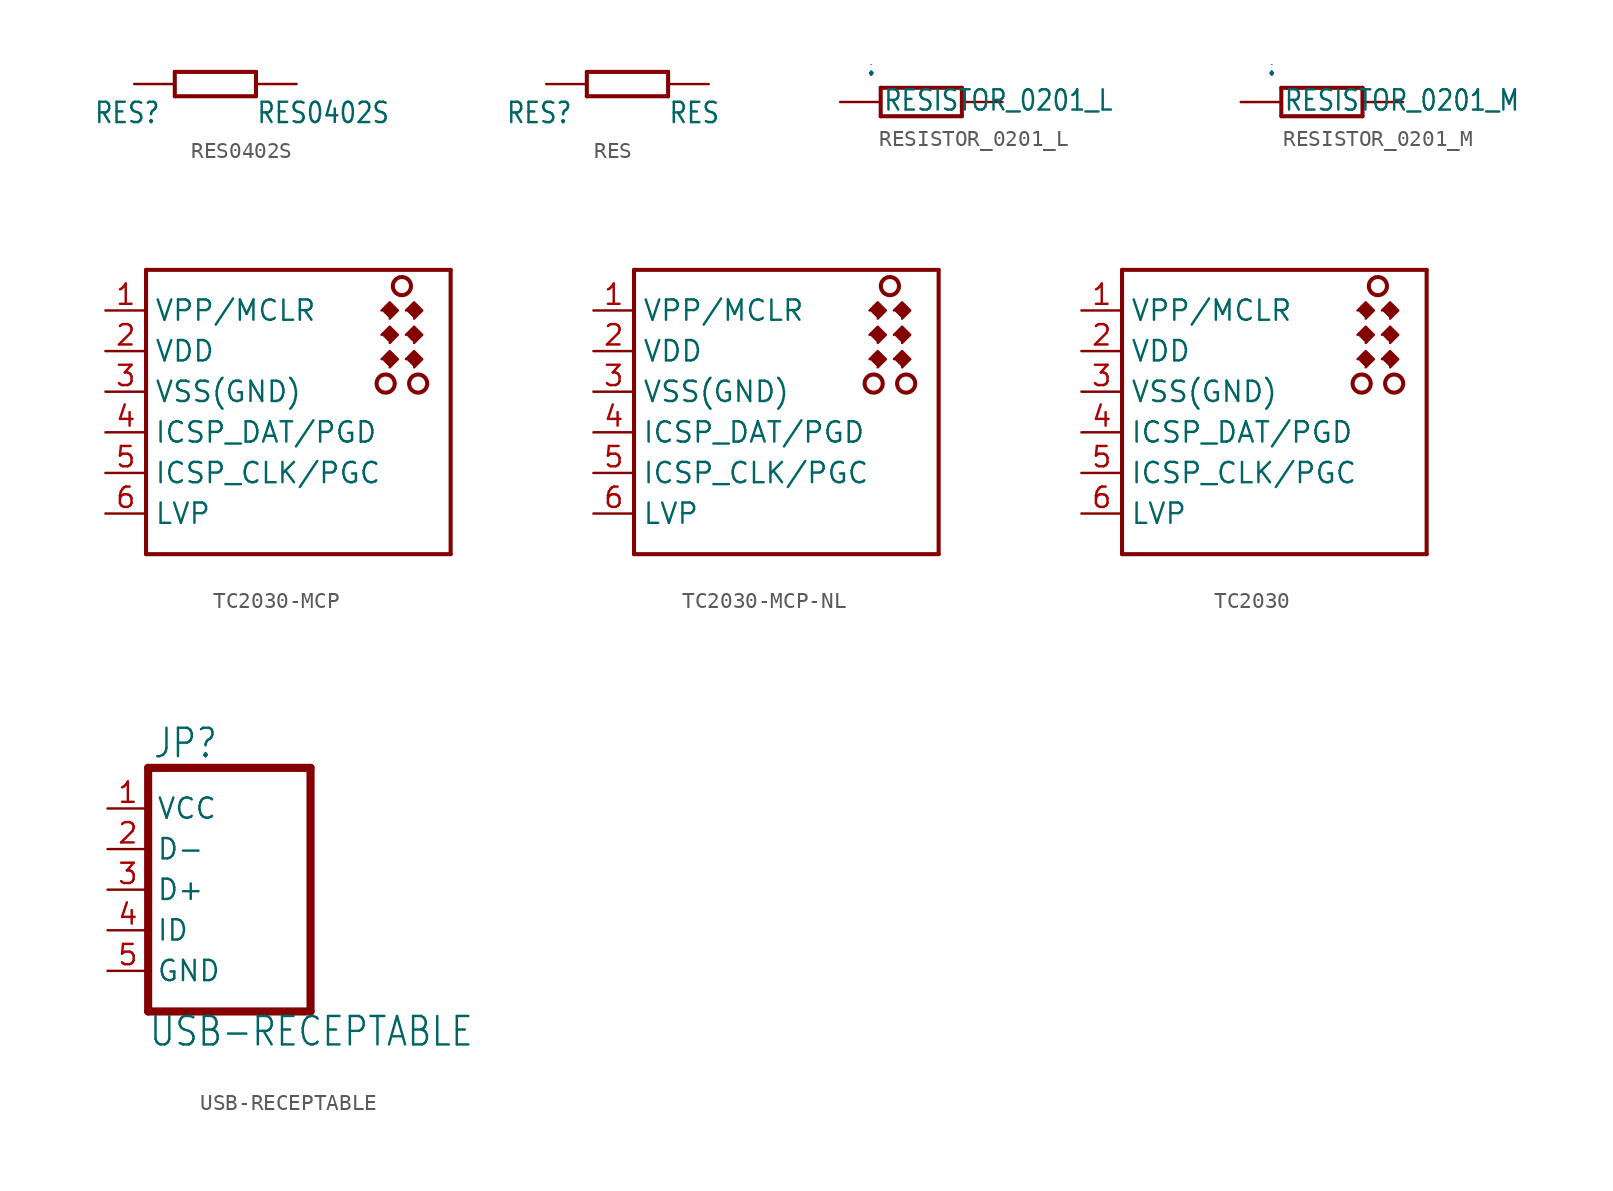
<source format=kicad_sym>
(kicad_symbol_lib
  (version 20211014)
  (generator kicad_symbol_editor)
  (symbol "RES0402S"
    (property "Reference" "RES"
      (at -7.62 -2.54 0)
      (effects (font (size 1.27 1.079)) (justify left bottom)))
    (property "Value" "RES0402S"
      (at 2.54 -2.54 0)
      (effects (font (size 1.27 1.079)) (justify left bottom)))
    (property "ki_locked" ""
      (at 0 0 0)
      (effects (font (size 1.27 1.27))))
    (symbol "RES0402S_1_0"
      (polyline (pts (xy -2.54 -0.762) (xy -2.54 0.762)) (stroke (width 0.254) (type default) (color 0 0 0 0)) (fill (type none)))
      (polyline (pts (xy -2.54 0.762) (xy 2.54 0.762)) (stroke (width 0.254) (type default) (color 0 0 0 0)) (fill (type none)))
      (polyline (pts (xy 2.54 -0.762) (xy -2.54 -0.762)) (stroke (width 0.254) (type default) (color 0 0 0 0)) (fill (type none)))
      (polyline (pts (xy 2.54 0.762) (xy 2.54 -0.762)) (stroke (width 0.254) (type default) (color 0 0 0 0)) (fill (type none)))
      (pin bidirectional line (at -5.08 0 0) (length 2.54) (name "1" (effects (font (size 0 0)))) (number "1" (effects (font (size 0 0)))))
      (pin bidirectional line (at 5.08 0 180) (length 2.54) (name "2" (effects (font (size 0 0)))) (number "2" (effects (font (size 0 0)))))))
  (symbol "RES"
    (property "Reference" "RES"
      (at -7.62 -2.54 0)
      (effects (font (size 1.27 1.079)) (justify left bottom)))
    (property "Value" "RES"
      (at 2.54 -2.54 0)
      (effects (font (size 1.27 1.079)) (justify left bottom)))
    (property "ki_locked" ""
      (at 0 0 0)
      (effects (font (size 1.27 1.27))))
    (symbol "RES_1_0"
      (polyline (pts (xy -2.54 -0.762) (xy -2.54 0.762)) (stroke (width 0.254) (type default) (color 0 0 0 0)) (fill (type none)))
      (polyline (pts (xy -2.54 0.762) (xy 2.54 0.762)) (stroke (width 0.254) (type default) (color 0 0 0 0)) (fill (type none)))
      (polyline (pts (xy 2.54 -0.762) (xy -2.54 -0.762)) (stroke (width 0.254) (type default) (color 0 0 0 0)) (fill (type none)))
      (polyline (pts (xy 2.54 0.762) (xy 2.54 -0.762)) (stroke (width 0.254) (type default) (color 0 0 0 0)) (fill (type none)))
      (pin bidirectional line (at -5.08 0 0) (length 2.54) (name "1" (effects (font (size 0 0)))) (number "1" (effects (font (size 0 0)))))
      (pin bidirectional line (at 5.08 0 180) (length 2.54) (name "2" (effects (font (size 0 0)))) (number "2" (effects (font (size 0 0)))))))
  (symbol "RESISTOR_0201_L"
    (property "Reference" ""
      (at -3.81 1.499 0)
      (effects (font (size 1.778 1.511)) (justify left bottom)))
    (property "Value" "RESISTOR_0201_L"
      (at -2.413 -0.635 0)
      (effects (font (size 1.27 1.079)) (justify left bottom)))
    (property "ki_locked" ""
      (at 0 0 0)
      (effects (font (size 1.27 1.27))))
    (symbol "RESISTOR_0201_L_1_0"
      (polyline (pts (xy -2.54 -0.889) (xy -2.54 0.889)) (stroke (width 0.254) (type default) (color 0 0 0 0)) (fill (type none)))
      (polyline (pts (xy -2.54 -0.889) (xy 2.54 -0.889)) (stroke (width 0.254) (type default) (color 0 0 0 0)) (fill (type none)))
      (polyline (pts (xy 2.54 -0.889) (xy 2.54 0.889)) (stroke (width 0.254) (type default) (color 0 0 0 0)) (fill (type none)))
      (polyline (pts (xy 2.54 0.889) (xy -2.54 0.889)) (stroke (width 0.254) (type default) (color 0 0 0 0)) (fill (type none)))
      (pin passive line (at -5.08 0 0) (length 2.54) (name "1" (effects (font (size 0 0)))) (number "1" (effects (font (size 0 0)))))
      (pin passive line (at 5.08 0 180) (length 2.54) (name "2" (effects (font (size 0 0)))) (number "2" (effects (font (size 0 0)))))))
  (symbol "RESISTOR_0201_M"
    (property "Reference" ""
      (at -3.81 1.499 0)
      (effects (font (size 1.778 1.511)) (justify left bottom)))
    (property "Value" "RESISTOR_0201_M"
      (at -2.413 -0.635 0)
      (effects (font (size 1.27 1.079)) (justify left bottom)))
    (property "ki_locked" ""
      (at 0 0 0)
      (effects (font (size 1.27 1.27))))
    (symbol "RESISTOR_0201_M_1_0"
      (polyline (pts (xy -2.54 -0.889) (xy -2.54 0.889)) (stroke (width 0.254) (type default) (color 0 0 0 0)) (fill (type none)))
      (polyline (pts (xy -2.54 -0.889) (xy 2.54 -0.889)) (stroke (width 0.254) (type default) (color 0 0 0 0)) (fill (type none)))
      (polyline (pts (xy 2.54 -0.889) (xy 2.54 0.889)) (stroke (width 0.254) (type default) (color 0 0 0 0)) (fill (type none)))
      (polyline (pts (xy 2.54 0.889) (xy -2.54 0.889)) (stroke (width 0.254) (type default) (color 0 0 0 0)) (fill (type none)))
      (pin passive line (at -5.08 0 0) (length 2.54) (name "1" (effects (font (size 0 0)))) (number "1" (effects (font (size 0 0)))))
      (pin passive line (at 5.08 0 180) (length 2.54) (name "2" (effects (font (size 0 0)))) (number "2" (effects (font (size 0 0)))))))
  (symbol "TC2030-MCP"
    (property "Reference" "J"
      (at 0 0 0)
      (effects (font (size 1.27 1.27)) hide))
    (property "ki_locked" ""
      (at 0 0 0)
      (effects (font (size 1.27 1.27))))
    (symbol "TC2030-MCP_1_0"
      (polyline (pts (xy -10.16 -7.62) (xy 8.89 -7.62)) (stroke (width 0.254) (type default) (color 0 0 0 0)) (fill (type none)))
      (polyline (pts (xy -10.16 10.16) (xy -10.16 -7.62)) (stroke (width 0.254) (type default) (color 0 0 0 0)) (fill (type none)))
      (polyline (pts (xy 8.89 -7.62) (xy 8.89 10.16)) (stroke (width 0.254) (type default) (color 0 0 0 0)) (fill (type none)))
      (polyline (pts (xy 8.89 10.16) (xy -10.16 10.16)) (stroke (width 0.254) (type default) (color 0 0 0 0)) (fill (type none)))
      (polyline (pts (xy 4.572 4.572) (xy 5.08 5.08) (xy 5.588 4.572) (xy 5.08 4.064)) (stroke (width 0) (type default) (color 0 0 0 0)) (fill (type outline)))
      (polyline (pts (xy 4.572 6.096) (xy 5.08 6.604) (xy 5.588 6.096) (xy 5.08 5.588)) (stroke (width 0) (type default) (color 0 0 0 0)) (fill (type outline)))
      (polyline (pts (xy 4.572 7.62) (xy 5.08 8.128) (xy 5.588 7.62) (xy 5.08 7.112)) (stroke (width 0) (type default) (color 0 0 0 0)) (fill (type outline)))
      (polyline (pts (xy 6.096 4.572) (xy 6.604 5.08) (xy 7.112 4.572) (xy 6.604 4.064)) (stroke (width 0) (type default) (color 0 0 0 0)) (fill (type outline)))
      (polyline (pts (xy 6.096 6.096) (xy 6.604 6.604) (xy 7.112 6.096) (xy 6.604 5.588)) (stroke (width 0) (type default) (color 0 0 0 0)) (fill (type outline)))
      (polyline (pts (xy 6.096 7.62) (xy 6.604 8.128) (xy 7.112 7.62) (xy 6.604 7.112)) (stroke (width 0) (type default) (color 0 0 0 0)) (fill (type outline)))
      (circle (center 4.826 3.048) (radius 0.568) (stroke (width 0.254) (type default) (color 0 0 0 0)) (fill (type none)))
      (circle (center 5.842 9.144) (radius 0.568) (stroke (width 0.254) (type default) (color 0 0 0 0)) (fill (type none)))
      (circle (center 6.858 3.048) (radius 0.568) (stroke (width 0.254) (type default) (color 0 0 0 0)) (fill (type none)))
      (pin passive line (at -12.7 7.62 0) (length 2.54) (name "VPP/MCLR" (effects (font (size 1.27 1.27)))) (number "1" (effects (font (size 1.27 1.27)))))
      (pin power_in line (at -12.7 5.08 0) (length 2.54) (name "VDD" (effects (font (size 1.27 1.27)))) (number "2" (effects (font (size 1.27 1.27)))))
      (pin power_in line (at -12.7 2.54 0) (length 2.54) (name "VSS(GND)" (effects (font (size 1.27 1.27)))) (number "3" (effects (font (size 1.27 1.27)))))
      (pin bidirectional line (at -12.7 0 0) (length 2.54) (name "ICSP_DAT/PGD" (effects (font (size 1.27 1.27)))) (number "4" (effects (font (size 1.27 1.27)))))
      (pin output line (at -12.7 -2.54 0) (length 2.54) (name "ICSP_CLK/PGC" (effects (font (size 1.27 1.27)))) (number "5" (effects (font (size 1.27 1.27)))))
      (pin bidirectional line (at -12.7 -5.08 0) (length 2.54) (name "LVP" (effects (font (size 1.27 1.27)))) (number "6" (effects (font (size 1.27 1.27)))))))
  (symbol "TC2030-MCP-NL"
    (property "Reference" "J"
      (at 0 0 0)
      (effects (font (size 1.27 1.27)) hide))
    (property "ki_locked" ""
      (at 0 0 0)
      (effects (font (size 1.27 1.27))))
    (symbol "TC2030-MCP-NL_1_0"
      (polyline (pts (xy -10.16 -7.62) (xy 8.89 -7.62)) (stroke (width 0.254) (type default) (color 0 0 0 0)) (fill (type none)))
      (polyline (pts (xy -10.16 10.16) (xy -10.16 -7.62)) (stroke (width 0.254) (type default) (color 0 0 0 0)) (fill (type none)))
      (polyline (pts (xy 8.89 -7.62) (xy 8.89 10.16)) (stroke (width 0.254) (type default) (color 0 0 0 0)) (fill (type none)))
      (polyline (pts (xy 8.89 10.16) (xy -10.16 10.16)) (stroke (width 0.254) (type default) (color 0 0 0 0)) (fill (type none)))
      (polyline (pts (xy 4.572 4.572) (xy 5.08 5.08) (xy 5.588 4.572) (xy 5.08 4.064)) (stroke (width 0) (type default) (color 0 0 0 0)) (fill (type outline)))
      (polyline (pts (xy 4.572 6.096) (xy 5.08 6.604) (xy 5.588 6.096) (xy 5.08 5.588)) (stroke (width 0) (type default) (color 0 0 0 0)) (fill (type outline)))
      (polyline (pts (xy 4.572 7.62) (xy 5.08 8.128) (xy 5.588 7.62) (xy 5.08 7.112)) (stroke (width 0) (type default) (color 0 0 0 0)) (fill (type outline)))
      (polyline (pts (xy 6.096 4.572) (xy 6.604 5.08) (xy 7.112 4.572) (xy 6.604 4.064)) (stroke (width 0) (type default) (color 0 0 0 0)) (fill (type outline)))
      (polyline (pts (xy 6.096 6.096) (xy 6.604 6.604) (xy 7.112 6.096) (xy 6.604 5.588)) (stroke (width 0) (type default) (color 0 0 0 0)) (fill (type outline)))
      (polyline (pts (xy 6.096 7.62) (xy 6.604 8.128) (xy 7.112 7.62) (xy 6.604 7.112)) (stroke (width 0) (type default) (color 0 0 0 0)) (fill (type outline)))
      (circle (center 4.826 3.048) (radius 0.568) (stroke (width 0.254) (type default) (color 0 0 0 0)) (fill (type none)))
      (circle (center 5.842 9.144) (radius 0.568) (stroke (width 0.254) (type default) (color 0 0 0 0)) (fill (type none)))
      (circle (center 6.858 3.048) (radius 0.568) (stroke (width 0.254) (type default) (color 0 0 0 0)) (fill (type none)))
      (pin passive line (at -12.7 7.62 0) (length 2.54) (name "VPP/MCLR" (effects (font (size 1.27 1.27)))) (number "1" (effects (font (size 1.27 1.27)))))
      (pin power_in line (at -12.7 5.08 0) (length 2.54) (name "VDD" (effects (font (size 1.27 1.27)))) (number "2" (effects (font (size 1.27 1.27)))))
      (pin power_in line (at -12.7 2.54 0) (length 2.54) (name "VSS(GND)" (effects (font (size 1.27 1.27)))) (number "3" (effects (font (size 1.27 1.27)))))
      (pin bidirectional line (at -12.7 0 0) (length 2.54) (name "ICSP_DAT/PGD" (effects (font (size 1.27 1.27)))) (number "4" (effects (font (size 1.27 1.27)))))
      (pin output line (at -12.7 -2.54 0) (length 2.54) (name "ICSP_CLK/PGC" (effects (font (size 1.27 1.27)))) (number "5" (effects (font (size 1.27 1.27)))))
      (pin bidirectional line (at -12.7 -5.08 0) (length 2.54) (name "LVP" (effects (font (size 1.27 1.27)))) (number "6" (effects (font (size 1.27 1.27)))))))
  (symbol "TC2030"
    (property "Reference" "J"
      (at 0 0 0)
      (effects (font (size 1.27 1.27)) hide))
    (property "ki_locked" ""
      (at 0 0 0)
      (effects (font (size 1.27 1.27))))
    (symbol "TC2030_1_0"
      (polyline (pts (xy -10.16 -7.62) (xy 8.89 -7.62)) (stroke (width 0.254) (type default) (color 0 0 0 0)) (fill (type none)))
      (polyline (pts (xy -10.16 10.16) (xy -10.16 -7.62)) (stroke (width 0.254) (type default) (color 0 0 0 0)) (fill (type none)))
      (polyline (pts (xy 8.89 -7.62) (xy 8.89 10.16)) (stroke (width 0.254) (type default) (color 0 0 0 0)) (fill (type none)))
      (polyline (pts (xy 8.89 10.16) (xy -10.16 10.16)) (stroke (width 0.254) (type default) (color 0 0 0 0)) (fill (type none)))
      (polyline (pts (xy 4.572 4.572) (xy 5.08 5.08) (xy 5.588 4.572) (xy 5.08 4.064)) (stroke (width 0) (type default) (color 0 0 0 0)) (fill (type outline)))
      (polyline (pts (xy 4.572 6.096) (xy 5.08 6.604) (xy 5.588 6.096) (xy 5.08 5.588)) (stroke (width 0) (type default) (color 0 0 0 0)) (fill (type outline)))
      (polyline (pts (xy 4.572 7.62) (xy 5.08 8.128) (xy 5.588 7.62) (xy 5.08 7.112)) (stroke (width 0) (type default) (color 0 0 0 0)) (fill (type outline)))
      (polyline (pts (xy 6.096 4.572) (xy 6.604 5.08) (xy 7.112 4.572) (xy 6.604 4.064)) (stroke (width 0) (type default) (color 0 0 0 0)) (fill (type outline)))
      (polyline (pts (xy 6.096 6.096) (xy 6.604 6.604) (xy 7.112 6.096) (xy 6.604 5.588)) (stroke (width 0) (type default) (color 0 0 0 0)) (fill (type outline)))
      (polyline (pts (xy 6.096 7.62) (xy 6.604 8.128) (xy 7.112 7.62) (xy 6.604 7.112)) (stroke (width 0) (type default) (color 0 0 0 0)) (fill (type outline)))
      (circle (center 4.826 3.048) (radius 0.568) (stroke (width 0.254) (type default) (color 0 0 0 0)) (fill (type none)))
      (circle (center 5.842 9.144) (radius 0.568) (stroke (width 0.254) (type default) (color 0 0 0 0)) (fill (type none)))
      (circle (center 6.858 3.048) (radius 0.568) (stroke (width 0.254) (type default) (color 0 0 0 0)) (fill (type none)))
      (pin passive line (at -12.7 7.62 0) (length 2.54) (name "VPP/MCLR" (effects (font (size 1.27 1.27)))) (number "1" (effects (font (size 1.27 1.27)))))
      (pin power_in line (at -12.7 5.08 0) (length 2.54) (name "VDD" (effects (font (size 1.27 1.27)))) (number "2" (effects (font (size 1.27 1.27)))))
      (pin power_in line (at -12.7 2.54 0) (length 2.54) (name "VSS(GND)" (effects (font (size 1.27 1.27)))) (number "3" (effects (font (size 1.27 1.27)))))
      (pin bidirectional line (at -12.7 0 0) (length 2.54) (name "ICSP_DAT/PGD" (effects (font (size 1.27 1.27)))) (number "4" (effects (font (size 1.27 1.27)))))
      (pin output line (at -12.7 -2.54 0) (length 2.54) (name "ICSP_CLK/PGC" (effects (font (size 1.27 1.27)))) (number "5" (effects (font (size 1.27 1.27)))))
      (pin bidirectional line (at -12.7 -5.08 0) (length 2.54) (name "LVP" (effects (font (size 1.27 1.27)))) (number "6" (effects (font (size 1.27 1.27)))))))
  (symbol "USB-RECEPTABLE"
    (property "Reference" "JP"
      (at -4.826 8.128 0)
      (effects (font (size 1.778 1.511)) (justify left bottom)))
    (property "Value" "USB-RECEPTABLE"
      (at -5.08 -9.906 0)
      (effects (font (size 1.778 1.511)) (justify left bottom)))
    (property "ki_locked" ""
      (at 0 0 0)
      (effects (font (size 1.27 1.27))))
    (symbol "USB-RECEPTABLE_1_0"
      (polyline (pts (xy -5.08 -7.62) (xy 5.08 -7.62)) (stroke (width 0.508) (type default) (color 0 0 0 0)) (fill (type none)))
      (polyline (pts (xy -5.08 7.62) (xy -5.08 -7.62)) (stroke (width 0.508) (type default) (color 0 0 0 0)) (fill (type none)))
      (polyline (pts (xy 5.08 -7.62) (xy 5.08 7.62)) (stroke (width 0.508) (type default) (color 0 0 0 0)) (fill (type none)))
      (polyline (pts (xy 5.08 7.62) (xy -5.08 7.62)) (stroke (width 0.508) (type default) (color 0 0 0 0)) (fill (type none)))
      (pin bidirectional line (at -7.62 5.08 0) (length 2.54) (name "VCC" (effects (font (size 1.27 1.27)))) (number "1" (effects (font (size 1.27 1.27)))))
      (pin bidirectional line (at -7.62 2.54 0) (length 2.54) (name "D-" (effects (font (size 1.27 1.27)))) (number "2" (effects (font (size 1.27 1.27)))))
      (pin bidirectional line (at -7.62 0 0) (length 2.54) (name "D+" (effects (font (size 1.27 1.27)))) (number "3" (effects (font (size 1.27 1.27)))))
      (pin bidirectional line (at -7.62 -2.54 0) (length 2.54) (name "ID" (effects (font (size 1.27 1.27)))) (number "4" (effects (font (size 1.27 1.27)))))
      (pin bidirectional line (at -7.62 -5.08 0) (length 2.54) (name "GND" (effects (font (size 1.27 1.27)))) (number "5" (effects (font (size 1.27 1.27))))))))
</source>
